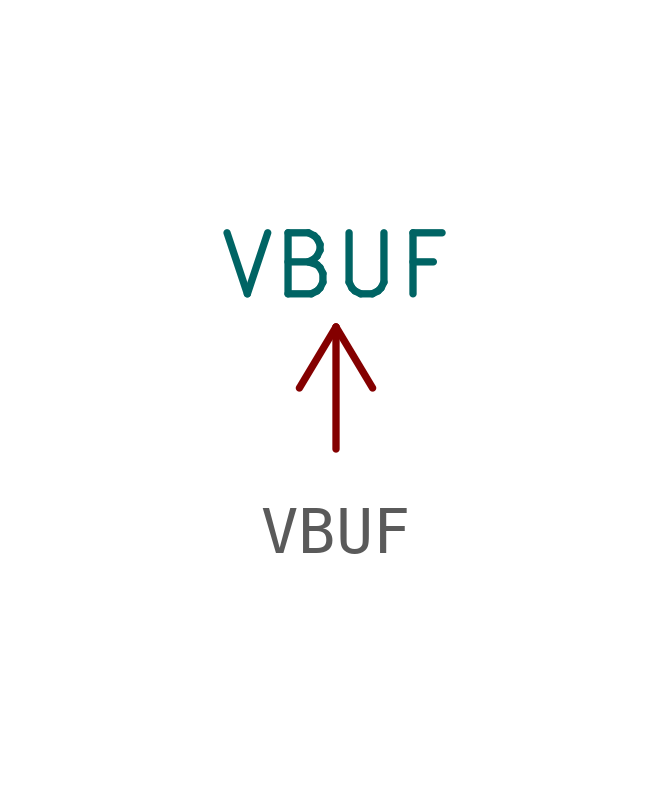
<source format=kicad_sym>
(kicad_symbol_lib
  (version 20220914)
  (generator kicad_symbol_editor)
  (symbol "VBUF"
    (power)
    (pin_names
      (offset 0))
    (property "Reference" "#PWR"
      (at 0 -3.81 0)
      (effects (font (size 1.27 1.27)) hide))
    (property "Value" "VBUF"
      (at 0 3.81 0)
      (effects (font (size 1.27 1.27))))
    (symbol "VBUF_0_1"
      (polyline (pts (xy -0.762 1.27) (xy 0 2.54)) (stroke (width 0) (type default)) (fill (type none)))
      (polyline (pts (xy 0 0) (xy 0 2.54)) (stroke (width 0) (type default)) (fill (type none)))
      (polyline (pts (xy 0 2.54) (xy 0.762 1.27)) (stroke (width 0) (type default)) (fill (type none))))
    (symbol "VBUF_1_1"
      (pin power_in line (at 0 0 90) (length 0) hide (name "VBUS" (effects (font (size 1.27 1.27)))) (number "1" (effects (font (size 1.27 1.27))))))))
</source>
